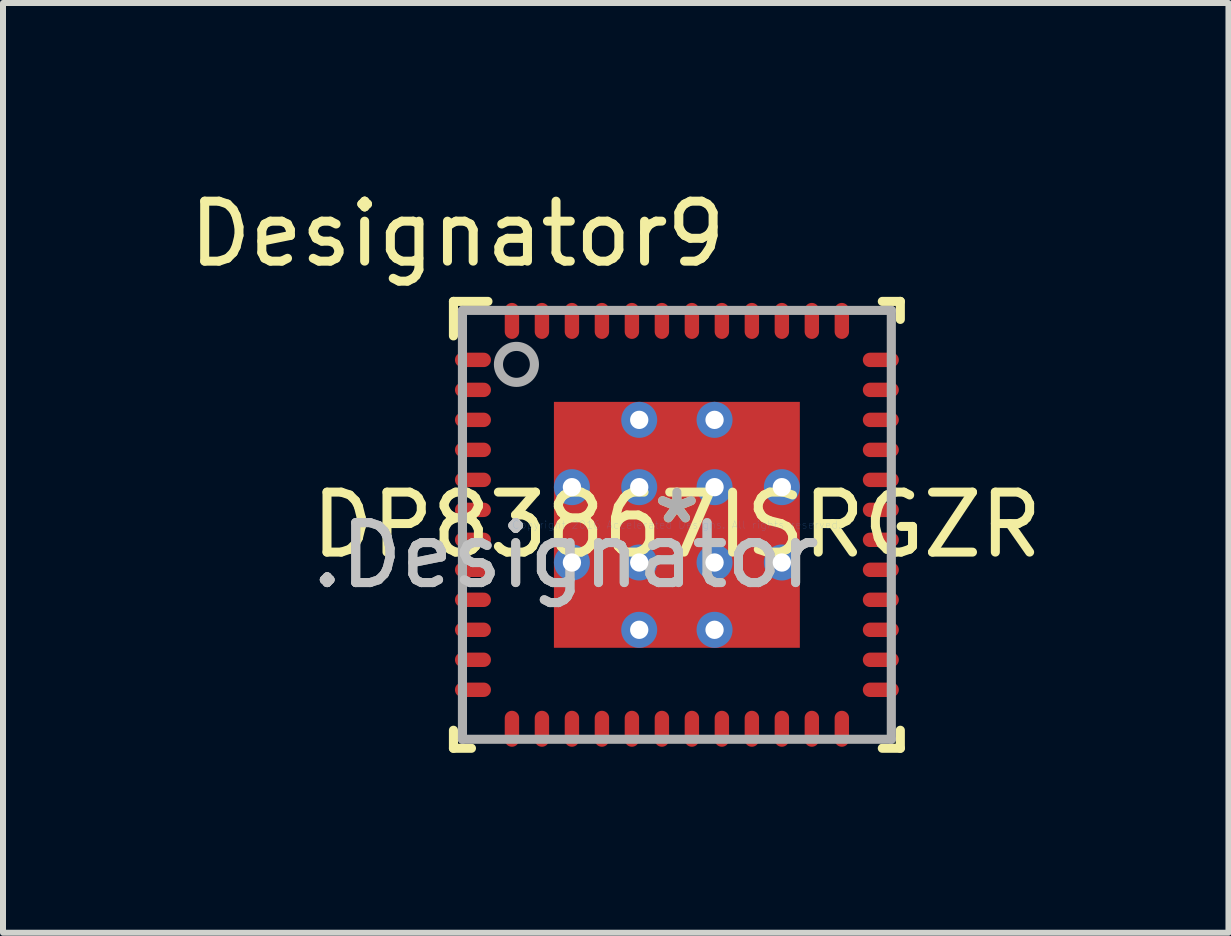
<source format=kicad_pcb>
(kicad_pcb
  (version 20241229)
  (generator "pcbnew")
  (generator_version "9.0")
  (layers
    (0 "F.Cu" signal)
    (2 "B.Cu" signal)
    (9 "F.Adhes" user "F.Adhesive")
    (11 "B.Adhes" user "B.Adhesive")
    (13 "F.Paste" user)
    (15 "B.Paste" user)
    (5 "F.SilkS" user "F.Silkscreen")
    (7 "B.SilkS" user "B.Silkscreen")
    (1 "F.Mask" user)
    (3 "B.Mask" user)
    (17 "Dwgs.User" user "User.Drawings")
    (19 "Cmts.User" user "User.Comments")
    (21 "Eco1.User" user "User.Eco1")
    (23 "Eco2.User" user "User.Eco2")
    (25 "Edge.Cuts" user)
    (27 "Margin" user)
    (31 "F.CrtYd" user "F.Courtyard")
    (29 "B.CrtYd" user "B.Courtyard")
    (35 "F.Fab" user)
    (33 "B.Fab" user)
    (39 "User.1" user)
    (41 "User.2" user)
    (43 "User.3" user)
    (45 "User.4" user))
  (footprint "DP83867ISRGZR"
    (layer "F.Cu")
    (at 8.235 5.7)
    (property "Reference" "DP83867ISRGZR" (at 0 0 0) (layer "F.SilkS") (effects (font (size 1 1) (thickness 0.15))))
    (attr through_hole)
    (fp_line (start -3.725 -3.725) (end -3.15 -3.725) (stroke (width 0.152) (type solid)) (layer "F.SilkS"))
    (fp_line (start -3.725 -3.15) (end -3.725 -3.725) (stroke (width 0.152) (type solid)) (layer "F.SilkS"))
    (fp_line (start -3.725 3.725) (end -3.725 3.425) (stroke (width 0.152) (type solid)) (layer "F.SilkS"))
    (fp_line (start -3.725 3.725) (end -3.425 3.725) (stroke (width 0.152) (type solid)) (layer "F.SilkS"))
    (fp_line (start 3.425 -3.725) (end 3.725 -3.725) (stroke (width 0.152) (type solid)) (layer "F.SilkS"))
    (fp_line (start 3.425 3.725) (end 3.725 3.725) (stroke (width 0.152) (type solid)) (layer "F.SilkS"))
    (fp_line (start 3.725 -3.425) (end 3.725 -3.725) (stroke (width 0.152) (type solid)) (layer "F.SilkS"))
    (fp_line (start 3.725 3.725) (end 3.725 3.425) (stroke (width 0.152) (type solid)) (layer "F.SilkS"))
    (fp_line (start -3.575 -3.575) (end 3.575 -3.575) (stroke (width 0.152) (type solid)) (layer "F.Fab"))
    (fp_line (start -3.575 3.575) (end -3.575 -3.575) (stroke (width 0.152) (type solid)) (layer "F.Fab"))
    (fp_line (start -3.575 3.575) (end 3.575 3.575) (stroke (width 0.152) (type solid)) (layer "F.Fab"))
    (fp_line (start 3.575 3.575) (end 3.575 -3.575) (stroke (width 0.152) (type solid)) (layer "F.Fab"))
    (fp_circle (center -2.675 -2.675) (end -2.375 -2.675) (stroke (width 0.152) (type solid)) (fill no) (layer "F.Fab"))
    (fp_text user "*" (at 0 0 0) (layer "F.SilkS") (effects (font (size 1 1) (thickness 0.15))))
    (fp_text user "Designator9" (at -3.658 -4.851 0) (layer "F.SilkS") (effects (font (size 1 1) (thickness 0.15))))
    (fp_text user ".Designator" (at -1.854 0.508 0) (layer "Dwgs.User") (effects (font (size 1 1) (thickness 0.15))))
    (fp_text user "Copyright 2016 Accelerated Designs. All rights reserved." (at 0 0 0) (layer "Cmts.User") (effects (font (size 0.127 0.127) (thickness 0.002))))
    (fp_text user "*" (at 0 0 0) (layer "F.Fab") (effects (font (size 1 1) (thickness 0.15))))
    (fp_text user ".Designator" (at -1.854 0.508 0) (layer "F.Fab") (effects (font (size 1 1) (thickness 0.15))))
    (pad "1" smd oval (at -3.4 -2.75 90) (size 0.24 0.6) (layers "F.Cu" "F.Mask" "F.Paste"))
    (pad "2" smd oval (at -3.4 -2.25 90) (size 0.24 0.6) (layers "F.Cu" "F.Mask" "F.Paste"))
    (pad "3" smd oval (at -3.4 -1.75 90) (size 0.24 0.6) (layers "F.Cu" "F.Mask" "F.Paste"))
    (pad "4" smd oval (at -3.4 -1.25 90) (size 0.24 0.6) (layers "F.Cu" "F.Mask" "F.Paste"))
    (pad "5" smd oval (at -3.4 -0.75 90) (size 0.24 0.6) (layers "F.Cu" "F.Mask" "F.Paste"))
    (pad "6" smd oval (at -3.4 -0.25 90) (size 0.24 0.6) (layers "F.Cu" "F.Mask" "F.Paste"))
    (pad "7" smd oval (at -3.4 0.25 90) (size 0.24 0.6) (layers "F.Cu" "F.Mask" "F.Paste"))
    (pad "8" smd oval (at -3.4 0.75 90) (size 0.24 0.6) (layers "F.Cu" "F.Mask" "F.Paste"))
    (pad "9" smd oval (at -3.4 1.25 90) (size 0.24 0.6) (layers "F.Cu" "F.Mask" "F.Paste"))
    (pad "10" smd oval (at -3.4 1.75 90) (size 0.24 0.6) (layers "F.Cu" "F.Mask" "F.Paste"))
    (pad "11" smd oval (at -3.4 2.25 90) (size 0.24 0.6) (layers "F.Cu" "F.Mask" "F.Paste"))
    (pad "12" smd oval (at -3.4 2.75 90) (size 0.24 0.6) (layers "F.Cu" "F.Mask" "F.Paste"))
    (pad "13" smd oval (at -2.75 3.4) (size 0.24 0.6) (layers "F.Cu" "F.Mask" "F.Paste"))
    (pad "14" smd oval (at -2.25 3.4) (size 0.24 0.6) (layers "F.Cu" "F.Mask" "F.Paste"))
    (pad "15" smd oval (at -1.75 3.4) (size 0.24 0.6) (layers "F.Cu" "F.Mask" "F.Paste"))
    (pad "16" smd oval (at -1.25 3.4) (size 0.24 0.6) (layers "F.Cu" "F.Mask" "F.Paste"))
    (pad "17" smd oval (at -0.75 3.4) (size 0.24 0.6) (layers "F.Cu" "F.Mask" "F.Paste"))
    (pad "18" smd oval (at -0.25 3.4) (size 0.24 0.6) (layers "F.Cu" "F.Mask" "F.Paste"))
    (pad "19" smd oval (at 0.25 3.4) (size 0.24 0.6) (layers "F.Cu" "F.Mask" "F.Paste"))
    (pad "20" smd oval (at 0.75 3.4) (size 0.24 0.6) (layers "F.Cu" "F.Mask" "F.Paste"))
    (pad "21" smd oval (at 1.25 3.4) (size 0.24 0.6) (layers "F.Cu" "F.Mask" "F.Paste"))
    (pad "22" smd oval (at 1.75 3.4) (size 0.24 0.6) (layers "F.Cu" "F.Mask" "F.Paste"))
    (pad "23" smd oval (at 2.25 3.4) (size 0.24 0.6) (layers "F.Cu" "F.Mask" "F.Paste"))
    (pad "24" smd oval (at 2.75 3.4) (size 0.24 0.6) (layers "F.Cu" "F.Mask" "F.Paste"))
    (pad "25" smd oval (at 3.4 2.75 90) (size 0.24 0.6) (layers "F.Cu" "F.Mask" "F.Paste"))
    (pad "26" smd oval (at 3.4 2.25 90) (size 0.24 0.6) (layers "F.Cu" "F.Mask" "F.Paste"))
    (pad "27" smd oval (at 3.4 1.75 90) (size 0.24 0.6) (layers "F.Cu" "F.Mask" "F.Paste"))
    (pad "28" smd oval (at 3.4 1.25 90) (size 0.24 0.6) (layers "F.Cu" "F.Mask" "F.Paste"))
    (pad "29" smd oval (at 3.4 0.75 90) (size 0.24 0.6) (layers "F.Cu" "F.Mask" "F.Paste"))
    (pad "30" smd oval (at 3.4 0.25 90) (size 0.24 0.6) (layers "F.Cu" "F.Mask" "F.Paste"))
    (pad "31" smd oval (at 3.4 -0.25 90) (size 0.24 0.6) (layers "F.Cu" "F.Mask" "F.Paste"))
    (pad "32" smd oval (at 3.4 -0.75 90) (size 0.24 0.6) (layers "F.Cu" "F.Mask" "F.Paste"))
    (pad "33" smd oval (at 3.4 -1.25 90) (size 0.24 0.6) (layers "F.Cu" "F.Mask" "F.Paste"))
    (pad "34" smd oval (at 3.4 -1.75 90) (size 0.24 0.6) (layers "F.Cu" "F.Mask" "F.Paste"))
    (pad "35" smd oval (at 3.4 -2.25 90) (size 0.24 0.6) (layers "F.Cu" "F.Mask" "F.Paste"))
    (pad "36" smd oval (at 3.4 -2.75 90) (size 0.24 0.6) (layers "F.Cu" "F.Mask" "F.Paste"))
    (pad "37" smd oval (at 2.75 -3.4) (size 0.24 0.6) (layers "F.Cu" "F.Mask" "F.Paste"))
    (pad "38" smd oval (at 2.25 -3.4) (size 0.24 0.6) (layers "F.Cu" "F.Mask" "F.Paste"))
    (pad "39" smd oval (at 1.75 -3.4) (size 0.24 0.6) (layers "F.Cu" "F.Mask" "F.Paste"))
    (pad "40" smd oval (at 1.25 -3.4) (size 0.24 0.6) (layers "F.Cu" "F.Mask" "F.Paste"))
    (pad "41" smd oval (at 0.75 -3.4) (size 0.24 0.6) (layers "F.Cu" "F.Mask" "F.Paste"))
    (pad "42" smd oval (at 0.25 -3.4) (size 0.24 0.6) (layers "F.Cu" "F.Mask" "F.Paste"))
    (pad "43" smd oval (at -0.25 -3.4) (size 0.24 0.6) (layers "F.Cu" "F.Mask" "F.Paste"))
    (pad "44" smd oval (at -0.75 -3.4) (size 0.24 0.6) (layers "F.Cu" "F.Mask" "F.Paste"))
    (pad "45" smd oval (at -1.25 -3.4) (size 0.24 0.6) (layers "F.Cu" "F.Mask" "F.Paste"))
    (pad "46" smd oval (at -1.75 -3.4) (size 0.24 0.6) (layers "F.Cu" "F.Mask" "F.Paste"))
    (pad "47" smd oval (at -2.25 -3.4) (size 0.24 0.6) (layers "F.Cu" "F.Mask" "F.Paste"))
    (pad "48" smd oval (at -2.75 -3.4) (size 0.24 0.6) (layers "F.Cu" "F.Mask" "F.Paste"))
    (pad "49" smd rect (at 0 0) (size 4.1 4.1) (layers "F.Cu" "F.Mask" "F.Paste"))
    (pad "V" thru_hole circle (at -1.75 -0.628) (size 0.6 0.6) (drill 0.305) (layers "*.Cu" "*.Mask"))
    (pad "V" thru_hole circle (at -1.75 0.628) (size 0.6 0.6) (drill 0.305) (layers "*.Cu" "*.Mask"))
    (pad "V" thru_hole circle (at -0.628 -1.75) (size 0.6 0.6) (drill 0.305) (layers "*.Cu" "*.Mask"))
    (pad "V" thru_hole circle (at -0.628 -0.628) (size 0.6 0.6) (drill 0.305) (layers "*.Cu" "*.Mask"))
    (pad "V" thru_hole circle (at -0.628 0.628) (size 0.6 0.6) (drill 0.305) (layers "*.Cu" "*.Mask"))
    (pad "V" thru_hole circle (at -0.628 1.75) (size 0.6 0.6) (drill 0.305) (layers "*.Cu" "*.Mask"))
    (pad "V" thru_hole circle (at 0.628 -1.75) (size 0.6 0.6) (drill 0.305) (layers "*.Cu" "*.Mask"))
    (pad "V" thru_hole circle (at 0.628 -0.628) (size 0.6 0.6) (drill 0.305) (layers "*.Cu" "*.Mask"))
    (pad "V" thru_hole circle (at 0.628 0.628) (size 0.6 0.6) (drill 0.305) (layers "*.Cu" "*.Mask"))
    (pad "V" thru_hole circle (at 0.628 1.75) (size 0.6 0.6) (drill 0.305) (layers "*.Cu" "*.Mask"))
    (pad "V" thru_hole circle (at 1.75 -0.628) (size 0.6 0.6) (drill 0.305) (layers "*.Cu" "*.Mask"))
    (pad "V" thru_hole circle (at 1.75 0.628) (size 0.6 0.6) (drill 0.305) (layers "*.Cu" "*.Mask")))
  (gr_rect
    (start -3 -3)
    (end 17.431 12.501)
    (stroke (width 0.1) (type default))
    (fill no)
    (layer "Edge.Cuts")))
</source>
